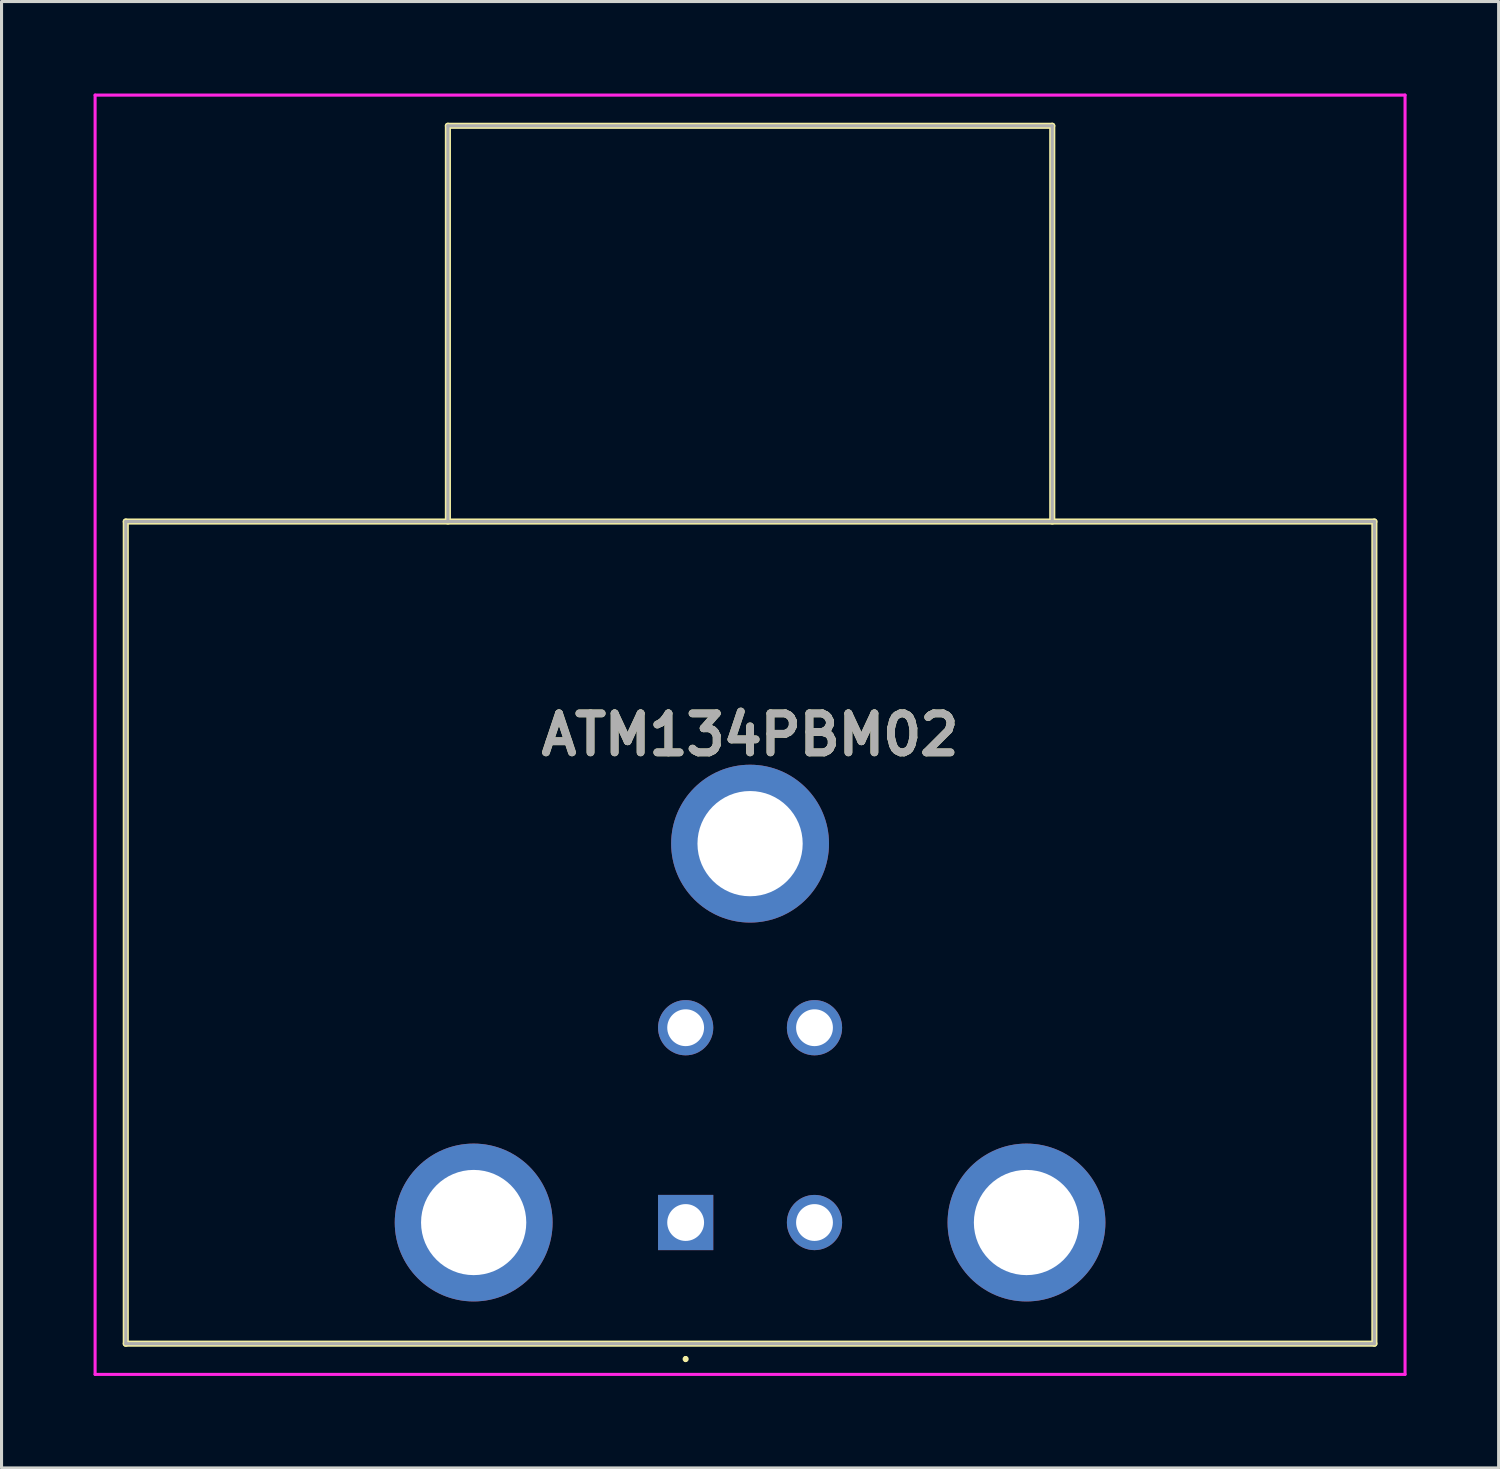
<source format=kicad_pcb>
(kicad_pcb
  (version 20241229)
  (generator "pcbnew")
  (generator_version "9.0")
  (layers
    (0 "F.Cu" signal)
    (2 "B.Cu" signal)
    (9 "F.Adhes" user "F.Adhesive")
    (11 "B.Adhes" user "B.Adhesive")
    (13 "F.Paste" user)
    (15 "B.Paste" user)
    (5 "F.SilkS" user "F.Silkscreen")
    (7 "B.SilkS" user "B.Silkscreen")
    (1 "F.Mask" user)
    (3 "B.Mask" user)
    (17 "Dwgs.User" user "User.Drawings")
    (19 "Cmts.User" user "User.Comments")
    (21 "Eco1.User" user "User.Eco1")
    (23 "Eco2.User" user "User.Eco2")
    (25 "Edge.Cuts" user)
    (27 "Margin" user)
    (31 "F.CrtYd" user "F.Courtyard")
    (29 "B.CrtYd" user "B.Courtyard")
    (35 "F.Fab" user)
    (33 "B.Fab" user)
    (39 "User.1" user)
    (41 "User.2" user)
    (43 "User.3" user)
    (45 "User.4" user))
  (footprint "ATM134PBM02"
    (layer "F.Cu")
    (at 19.3 36.8)
    (property "Reference" "ATM134PBM02" (at 2.1 -15.9 0) (layer "F.SilkS") (effects (font (size 1.27 1.27) (thickness 0.254))))
    (attr through_hole)
    (fp_line (start -18.25 -22.85) (end 22.45 -22.85) (stroke (width 0.2) (type solid)) (layer "F.SilkS"))
    (fp_line (start -18.25 3.95) (end -18.25 -22.85) (stroke (width 0.2) (type solid)) (layer "F.SilkS"))
    (fp_line (start -7.75 -35.75) (end 11.95 -35.75) (stroke (width 0.2) (type solid)) (layer "F.SilkS"))
    (fp_line (start -7.75 -22.85) (end -7.75 -35.75) (stroke (width 0.2) (type solid)) (layer "F.SilkS"))
    (fp_line (start 0 4.4) (end 0 4.4) (stroke (width 0.1) (type solid)) (layer "F.SilkS"))
    (fp_line (start 0 4.5) (end 0 4.5) (stroke (width 0.1) (type solid)) (layer "F.SilkS"))
    (fp_line (start 11.95 -35.75) (end 11.95 -22.85) (stroke (width 0.2) (type solid)) (layer "F.SilkS"))
    (fp_line (start 22.45 -22.85) (end 22.45 3.95) (stroke (width 0.2) (type solid)) (layer "F.SilkS"))
    (fp_line (start 22.45 3.95) (end -18.25 3.95) (stroke (width 0.2) (type solid)) (layer "F.SilkS"))
    (fp_arc (start 0 4.4) (mid 0.05 4.45) (end 0 4.5) (stroke (width 0.1) (type solid)) (layer "F.SilkS"))
    (fp_arc (start 0 4.5) (mid -0.05 4.45) (end 0 4.4) (stroke (width 0.1) (type solid)) (layer "F.SilkS"))
    (fp_line (start -19.25 -36.75) (end 23.45 -36.75) (stroke (width 0.1) (type solid)) (layer "F.CrtYd"))
    (fp_line (start -19.25 4.95) (end -19.25 -36.75) (stroke (width 0.1) (type solid)) (layer "F.CrtYd"))
    (fp_line (start 23.45 -36.75) (end 23.45 4.95) (stroke (width 0.1) (type solid)) (layer "F.CrtYd"))
    (fp_line (start 23.45 4.95) (end -19.25 4.95) (stroke (width 0.1) (type solid)) (layer "F.CrtYd"))
    (fp_line (start -18.25 -22.85) (end 22.45 -22.85) (stroke (width 0.1) (type solid)) (layer "F.Fab"))
    (fp_line (start -18.25 3.95) (end -18.25 -22.85) (stroke (width 0.1) (type solid)) (layer "F.Fab"))
    (fp_line (start -7.75 -35.75) (end 11.95 -35.75) (stroke (width 0.1) (type solid)) (layer "F.Fab"))
    (fp_line (start -7.75 -22.85) (end -7.75 -35.75) (stroke (width 0.1) (type solid)) (layer "F.Fab"))
    (fp_line (start 11.95 -35.75) (end 11.95 -22.85) (stroke (width 0.1) (type solid)) (layer "F.Fab"))
    (fp_line (start 22.45 -22.85) (end 22.45 3.95) (stroke (width 0.1) (type solid)) (layer "F.Fab"))
    (fp_line (start 22.45 3.95) (end -18.25 3.95) (stroke (width 0.1) (type solid)) (layer "F.Fab"))
    (fp_text user "${REFERENCE}" (at 2.1 -15.9 0) (layer "F.Fab") (effects (font (size 1.27 1.27) (thickness 0.254))))
    (pad "1" thru_hole rect (at 0 0) (size 1.8 1.8) (drill 1.2) (layers "*.Cu" "*.Mask"))
    (pad "2" thru_hole circle (at 4.2 0) (size 1.8 1.8) (drill 1.2) (layers "*.Cu" "*.Mask"))
    (pad "3" thru_hole circle (at 0 -6.35) (size 1.8 1.8) (drill 1.2) (layers "*.Cu" "*.Mask"))
    (pad "4" thru_hole circle (at 4.2 -6.35) (size 1.8 1.8) (drill 1.2) (layers "*.Cu" "*.Mask"))
    (pad "MH1" thru_hole circle (at -6.91 0) (size 5.145 5.145) (drill 3.43) (layers "*.Cu" "*.Mask"))
    (pad "MH2" thru_hole circle (at 11.11 0) (size 5.145 5.145) (drill 3.43) (layers "*.Cu" "*.Mask"))
    (pad "MH3" thru_hole circle (at 2.1 -12.35) (size 5.145 5.145) (drill 3.43) (layers "*.Cu" "*.Mask")))
  (gr_rect
    (start -3 -3)
    (end 45.8 44.8)
    (stroke (width 0.1) (type default))
    (fill no)
    (layer "Edge.Cuts")))
</source>
